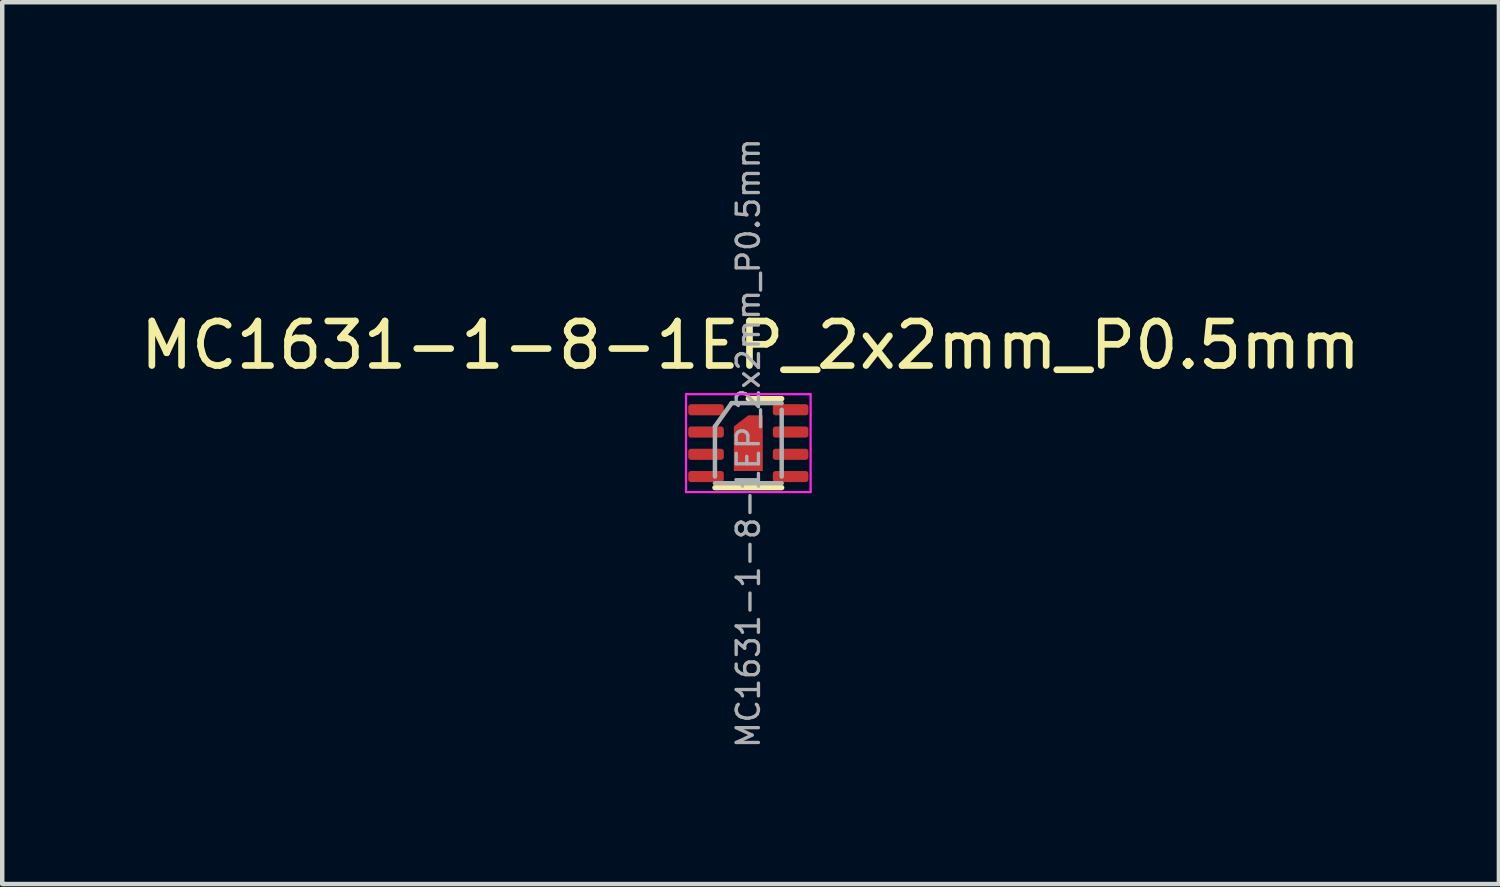
<source format=kicad_pcb>
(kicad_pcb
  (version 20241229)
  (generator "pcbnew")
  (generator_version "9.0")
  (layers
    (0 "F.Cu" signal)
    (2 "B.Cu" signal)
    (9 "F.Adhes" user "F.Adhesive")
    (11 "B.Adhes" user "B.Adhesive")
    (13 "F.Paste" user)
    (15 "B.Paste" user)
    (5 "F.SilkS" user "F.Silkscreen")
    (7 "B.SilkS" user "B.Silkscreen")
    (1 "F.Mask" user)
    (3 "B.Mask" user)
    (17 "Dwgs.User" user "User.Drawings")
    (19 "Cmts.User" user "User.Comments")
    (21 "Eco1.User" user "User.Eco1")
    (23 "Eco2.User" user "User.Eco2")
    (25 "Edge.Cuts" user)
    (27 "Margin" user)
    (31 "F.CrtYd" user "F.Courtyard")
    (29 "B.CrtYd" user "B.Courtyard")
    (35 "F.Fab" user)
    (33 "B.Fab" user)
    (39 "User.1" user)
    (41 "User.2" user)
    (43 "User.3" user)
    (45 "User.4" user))
  (footprint "MC1631-1-8-1EP_2x2mm_P0.5mm"
    (layer "F.Cu")
    (at 13.815 6.908)
    (property "Reference" "MC1631-1-8-1EP_2x2mm_P0.5mm" (at 0 -2.2 0) (unlocked yes) (layer "F.SilkS") (effects (font (size 1 1) (thickness 0.15))))
    (attr smd)
    (fp_line (start -0.8 1) (end 0.7 1) (stroke (width 0.12) (type solid)) (layer "F.SilkS"))
    (fp_line (start -0.05 -1) (end 0.7 -1) (stroke (width 0.12) (type solid)) (layer "F.SilkS"))
    (fp_line (start -1.45 -1.1) (end 1.35 -1.1) (stroke (width 0.05) (type solid)) (layer "F.CrtYd"))
    (fp_line (start -1.45 1.1) (end -1.45 -1.1) (stroke (width 0.05) (type solid)) (layer "F.CrtYd"))
    (fp_line (start 1.35 -1.1) (end 1.35 1.1) (stroke (width 0.05) (type solid)) (layer "F.CrtYd"))
    (fp_line (start 1.35 1.1) (end -1.45 1.1) (stroke (width 0.05) (type solid)) (layer "F.CrtYd"))
    (fp_line (start -0.8 -0.375) (end -0.425 -0.9) (stroke (width 0.1) (type solid)) (layer "F.Fab"))
    (fp_line (start -0.8 0.75) (end -0.8 -0.375) (stroke (width 0.1) (type solid)) (layer "F.Fab"))
    (fp_line (start -0.425 -0.9) (end 0.7 -0.9) (stroke (width 0.1) (type solid)) (layer "F.Fab"))
    (fp_line (start 0.7 -0.75) (end 0.7 0.75) (stroke (width 0.1) (type solid)) (layer "F.Fab"))
    (fp_line (start 0.7 0.9) (end -0.8 0.9) (stroke (width 0.1) (type solid)) (layer "F.Fab"))
    (fp_text user "${REFERENCE}" (at -0.05 0 270) (layer "F.Fab") (effects (font (size 0.5 0.5) (thickness 0.075))))
    (pad "1" smd roundrect (at -1 -0.75) (size 0.8 0.25) (layers "F.Cu" "F.Mask" "F.Paste") (roundrect_rratio 0.25))
    (pad "2" smd roundrect (at -1 -0.25) (size 0.8 0.25) (layers "F.Cu" "F.Mask" "F.Paste") (roundrect_rratio 0.25))
    (pad "3" smd roundrect (at -1 0.25) (size 0.8 0.25) (layers "F.Cu" "F.Mask" "F.Paste") (roundrect_rratio 0.25))
    (pad "4" smd roundrect (at -1 0.75) (size 0.8 0.25) (layers "F.Cu" "F.Mask" "F.Paste") (roundrect_rratio 0.25))
    (pad "5" smd roundrect (at 0.9 0.75) (size 0.8 0.25) (layers "F.Cu" "F.Mask" "F.Paste") (roundrect_rratio 0.25))
    (pad "6" smd roundrect (at 0.9 0.25) (size 0.8 0.25) (layers "F.Cu" "F.Mask" "F.Paste") (roundrect_rratio 0.25))
    (pad "7" smd roundrect (at 0.9 -0.25) (size 0.8 0.25) (layers "F.Cu" "F.Mask" "F.Paste") (roundrect_rratio 0.25))
    (pad "8" smd roundrect (at 0.9 -0.75) (size 0.8 0.25) (layers "F.Cu" "F.Mask" "F.Paste") (roundrect_rratio 0.25))
    (pad "P" smd custom (at -0.05 0) (size 0.35 0.25) (layers "F.Cu" "F.Mask" "F.Paste") (options (anchor rect)) (primitives (gr_poly (pts (xy 0 -0.625) (xy 0.325 -0.625) (xy 0.325 0.625) (xy -0.325 0.625) (xy -0.325 -0.375)) (width 0) (fill yes)))))
  (gr_rect
    (start -3 -3)
    (end 30.631 16.815)
    (stroke (width 0.1) (type default))
    (fill no)
    (layer "Edge.Cuts")))
</source>
